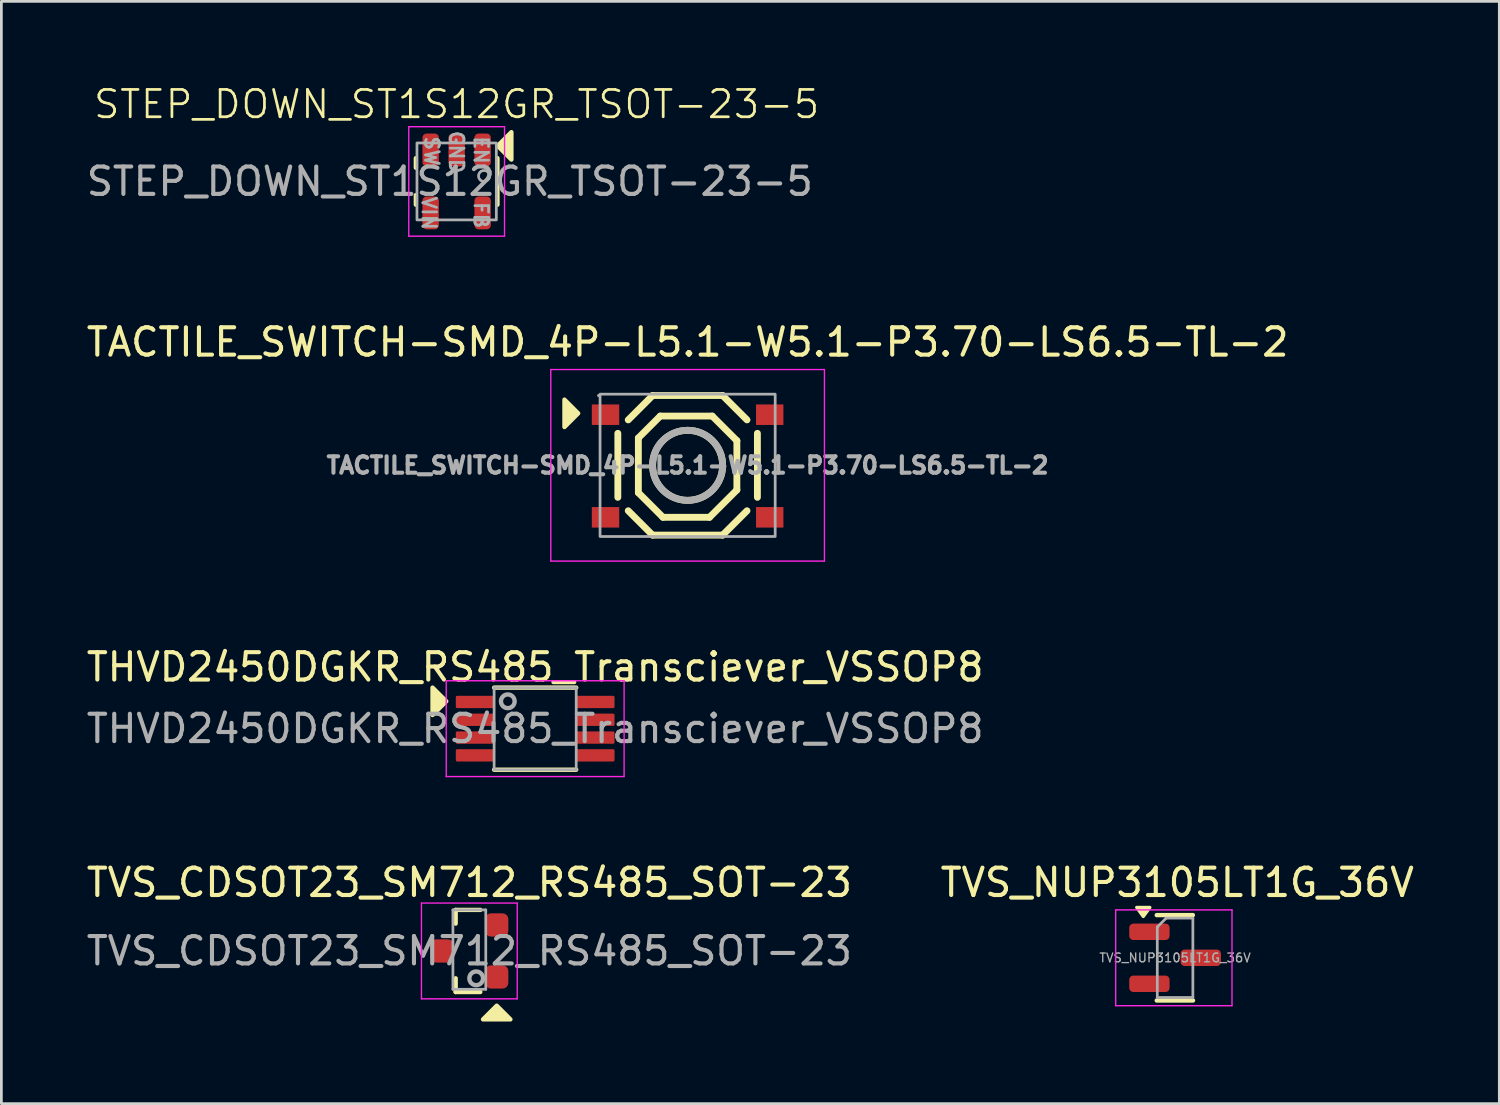
<source format=kicad_pcb>
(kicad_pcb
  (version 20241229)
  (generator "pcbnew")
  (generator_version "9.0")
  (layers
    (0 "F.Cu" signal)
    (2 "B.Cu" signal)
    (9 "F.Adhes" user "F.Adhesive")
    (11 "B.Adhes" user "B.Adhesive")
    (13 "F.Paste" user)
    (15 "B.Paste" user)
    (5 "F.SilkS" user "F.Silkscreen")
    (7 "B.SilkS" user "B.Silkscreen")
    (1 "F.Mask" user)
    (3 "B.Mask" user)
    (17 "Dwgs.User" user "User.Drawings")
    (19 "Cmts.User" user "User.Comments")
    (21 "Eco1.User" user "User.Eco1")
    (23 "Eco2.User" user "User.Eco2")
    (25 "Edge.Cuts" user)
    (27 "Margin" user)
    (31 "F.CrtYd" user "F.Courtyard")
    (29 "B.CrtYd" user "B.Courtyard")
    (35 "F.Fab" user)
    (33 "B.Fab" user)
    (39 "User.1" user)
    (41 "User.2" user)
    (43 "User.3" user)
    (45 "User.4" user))
  (footprint "STEP_DOWN_ST1S12GR_TSOT-23-5"
    (layer "F.Cu")
    (at 13.637 3.58)
    (property "Reference" "STEP_DOWN_ST1S12GR_TSOT-23-5" (at 0 -2.82 0) (unlocked yes) (layer "F.SilkS") (effects (font (size 1 1) (thickness 0.1))))
    (attr smd)
    (fp_line (start -1.49 -0.85) (end -1.49 -0.5) (stroke (width 0.16) (type default)) (layer "F.SilkS"))
    (fp_line (start -1.49 0.5) (end -1.49 0.85) (stroke (width 0.16) (type default)) (layer "F.SilkS"))
    (fp_line (start 1.49 -0.85) (end 1.49 0.85) (stroke (width 0.16) (type default)) (layer "F.SilkS"))
    (fp_poly (pts (xy 2 -0.8) (xy 1.5 -1.3) (xy 2 -1.8)) (stroke (width 0.16) (type solid)) (fill yes) (layer "F.SilkS"))
    (fp_line (start -1.75 -2) (end 1.75 -2) (stroke (width 0.05) (type default)) (layer "F.CrtYd"))
    (fp_line (start -1.75 2) (end -1.75 -2) (stroke (width 0.05) (type default)) (layer "F.CrtYd"))
    (fp_line (start 1.75 -2) (end 1.75 2) (stroke (width 0.05) (type default)) (layer "F.CrtYd"))
    (fp_line (start 1.75 2) (end -1.75 2) (stroke (width 0.05) (type default)) (layer "F.CrtYd"))
    (fp_rect (start -1.45 -1.405) (end 1.45 1.405) (stroke (width 0.1) (type default)) (fill no) (layer "F.Fab"))
    (fp_circle (center 1 -0.2) (end 1.2 -0.2) (stroke (width 0.1) (type default)) (fill no) (layer "F.Fab"))
    (fp_text user "${REFERENCE}" (at -0.25 0 0) (unlocked yes) (layer "F.Fab") (effects (font (size 1 1) (thickness 0.15))))
    (fp_text user "FB" (at 0.6 0.7 270) (unlocked yes) (layer "F.Fab") (effects (font (size 0.5 0.5) (thickness 0.1) (bold yes)) (justify left bottom)))
    (fp_text user "GND" (at -0.3 -1.9 270) (unlocked yes) (layer "F.Fab") (effects (font (size 0.5 0.5) (thickness 0.1) (bold yes)) (justify left bottom)))
    (fp_text user "VIN" (at -1.3 0.5 270) (unlocked yes) (layer "F.Fab") (effects (font (size 0.5 0.5) (thickness 0.1) (bold yes)) (justify left bottom)))
    (fp_text user "EN" (at 0.6 -1.7 270) (unlocked yes) (layer "F.Fab") (effects (font (size 0.5 0.5) (thickness 0.1) (bold yes)) (justify left bottom)))
    (fp_text user "SW" (at -1.2 -1.7 270) (unlocked yes) (layer "F.Fab") (effects (font (size 0.5 0.5) (thickness 0.1) (bold yes)) (justify left bottom)))
    (dimension (type aligned) (layer "User.1") (pts (xy 14.887 3.03) (xy 14.887 4.13)) (height -0.62) (format (prefix "") (suffix "") (units 3) (units_format 1) (precision 4)) (style (thickness 0.01) (arrow_length 0.01) (text_position_mode 2) (arrow_direction outward) (extension_height 0) (extension_offset 0) (keep_text_aligned yes)) (gr_text "1.1000 mm" (at 15.515 3.579 90) (layer "User.1") (effects (font (size 0.1 0.1) (thickness 0.15)))))
    (dimension (type aligned) (layer "User.1") (pts (xy 12.687 5.33) (xy 12.687 1.831)) (height -1.05) (format (prefix "") (suffix "") (units 3) (units_format 1) (precision 4)) (style (thickness 0.01) (arrow_length 0.01) (text_position_mode 2) (arrow_direction outward) (extension_height 0) (extension_offset 0) (keep_text_aligned yes)) (gr_text "3.5000 mm" (at 11.637 3.58 90) (layer "User.1") (effects (font (size 0.1 0.1) (thickness 0.15)))))
    (dimension (type aligned) (layer "User.1") (pts (xy 14.287 1.831) (xy 14.887 1.831)) (height -0.05) (format (prefix "") (suffix "") (units 3) (units_format 1) (precision 4)) (style (thickness 0.01) (arrow_length 0.01) (text_position_mode 2) (arrow_direction outward) (extension_height 0) (extension_offset 0) (keep_text_aligned yes)) (gr_text "0.6000 mm" (at 14.637 1.681 0) (layer "User.1") (effects (font (size 0.1 0.1) (thickness 0.15)))))
    (dimension (type aligned) (layer "User.1") (pts (xy 14.887 1.831) (xy 14.887 3.03)) (height 0.75) (format (prefix "") (suffix "") (units 3) (units_format 1) (precision 4)) (style (thickness 0.01) (arrow_length 0.01) (text_position_mode 2) (arrow_direction outward) (extension_height 0) (extension_offset 0) (keep_text_aligned yes)) (gr_text "1.2000 mm" (at 14.137 2.381 90) (layer "User.1") (effects (font (size 0.1 0.1) (thickness 0.15)))))
    (dimension (type aligned) (layer "User.1") (pts (xy 12.687 1.831) (xy 13.637 1.831)) (height -0.05) (format (prefix "") (suffix "") (units 3) (units_format 1) (precision 4)) (style (thickness 0.01) (arrow_length 0.01) (text_position_mode 2) (arrow_direction outward) (extension_height 0) (extension_offset 0) (keep_text_aligned yes)) (gr_text "0.9500 mm" (at 13.237 1.681 0) (layer "User.1") (effects (font (size 0.1 0.1) (thickness 0.15)))))
    (dimension (type aligned) (layer "User.1") (pts (xy 12.687 4.731) (xy 12.687 2.43)) (height -0.88) (format (prefix "") (suffix "") (units 3) (units_format 1) (precision 4)) (style (thickness 0.01) (arrow_length 0.01) (text_position_mode 2) (arrow_direction outward) (extension_height 0) (extension_offset 0) (keep_text_aligned yes)) (gr_text "2.3000 mm" (at 11.797 3.58 90) (layer "User.1") (effects (font (size 0.1 0.1) (thickness 0.15)))))
    (pad "1" smd roundrect (at 0.95 -1.15) (size 0.6 1.2) (layers "F.Cu" "F.Mask" "F.Paste") (roundrect_rratio 0.25))
    (pad "2" smd roundrect (at 0 -1.15) (size 0.6 1.2) (layers "F.Cu" "F.Mask" "F.Paste") (roundrect_rratio 0.25))
    (pad "3" smd roundrect (at -0.95 -1.15) (size 0.6 1.2) (layers "F.Cu" "F.Mask" "F.Paste") (roundrect_rratio 0.25))
    (pad "4" smd roundrect (at -0.95 1.15) (size 0.6 1.2) (layers "F.Cu" "F.Mask" "F.Paste") (roundrect_rratio 0.25))
    (pad "5" smd roundrect (at 0.95 1.15) (size 0.6 1.2) (layers "F.Cu" "F.Mask" "F.Paste") (roundrect_rratio 0.25)))
  (footprint "TVS_NUP3105LT1G_36V"
    (layer "F.Cu")
    (at 39.97 31.95)
    (property "Reference" "TVS_NUP3105LT1G_36V" (at 0 -2.75 0) (layer "F.SilkS") (effects (font (size 1 1) (thickness 0.15))))
    (attr smd)
    (fp_line (start -0.75 -1.56) (end 0.57 -1.56) (stroke (width 0.16) (type solid)) (layer "F.SilkS"))
    (fp_line (start -0.75 1.56) (end 0.575 1.56) (stroke (width 0.16) (type solid)) (layer "F.SilkS"))
    (fp_poly (pts (xy -1.242 -1.51) (xy -1.482 -1.84) (xy -1.002 -1.84) (xy -1.242 -1.51)) (stroke (width 0.12) (type solid)) (fill yes) (layer "F.SilkS"))
    (fp_line (start -2.25 -1.75) (end -2.25 1.75) (stroke (width 0.05) (type solid)) (layer "F.CrtYd"))
    (fp_line (start 2 -1.75) (end -2.25 -1.75) (stroke (width 0.05) (type solid)) (layer "F.CrtYd"))
    (fp_line (start 2 1.75) (end -2.25 1.75) (stroke (width 0.05) (type solid)) (layer "F.CrtYd"))
    (fp_line (start 2 1.75) (end 2 -1.75) (stroke (width 0.05) (type solid)) (layer "F.CrtYd"))
    (fp_line (start -0.73 -1.125) (end -0.405 -1.45) (stroke (width 0.1) (type solid)) (layer "F.Fab"))
    (fp_line (start -0.73 1.45) (end -0.73 -1.125) (stroke (width 0.1) (type solid)) (layer "F.Fab"))
    (fp_line (start -0.405 -1.45) (end 0.57 -1.45) (stroke (width 0.1) (type solid)) (layer "F.Fab"))
    (fp_line (start 0.57 -1.45) (end 0.57 1.45) (stroke (width 0.1) (type solid)) (layer "F.Fab"))
    (fp_line (start 0.57 1.45) (end -0.73 1.45) (stroke (width 0.1) (type solid)) (layer "F.Fab"))
    (fp_text user "${REFERENCE}" (at -0.08 0 0) (layer "F.Fab") (effects (font (size 0.32 0.32) (thickness 0.05))))
    (pad "1" smd roundrect (at -1.018 -0.95) (size 1.475 0.6) (layers "F.Cu" "F.Mask" "F.Paste") (roundrect_rratio 0.25))
    (pad "2" smd roundrect (at -1.018 0.95) (size 1.475 0.6) (layers "F.Cu" "F.Mask" "F.Paste") (roundrect_rratio 0.25))
    (pad "3" smd roundrect (at 0.858 0) (size 1.475 0.6) (layers "F.Cu" "F.Mask" "F.Paste") (roundrect_rratio 0.25)))
  (footprint "THVD2450DGKR_RS485_Transciever_VSSOP8"
    (layer "F.Cu")
    (at 16.506 23.577)
    (property "Reference" "THVD2450DGKR_RS485_Transciever_VSSOP8" (at 0 -2.25 0) (layer "F.SilkS") (effects (font (size 1 1) (thickness 0.15))))
    (attr smd)
    (fp_line (start -1.5 -1.5) (end 1.5 -1.5) (stroke (width 0.16) (type default)) (layer "F.SilkS"))
    (fp_line (start -1.5 1.5) (end 1.5 1.5) (stroke (width 0.16) (type default)) (layer "F.SilkS"))
    (fp_poly (pts (xy -3.75 -1.5) (xy -3.25 -1) (xy -3.75 -0.5)) (stroke (width 0.16) (type solid)) (fill yes) (layer "F.SilkS"))
    (fp_line (start -3.25 -1.75) (end 3.25 -1.75) (stroke (width 0.05) (type default)) (layer "F.CrtYd"))
    (fp_line (start -3.25 1.75) (end -3.25 -1.75) (stroke (width 0.05) (type default)) (layer "F.CrtYd"))
    (fp_line (start 3.25 -1.75) (end 3.25 1.75) (stroke (width 0.05) (type default)) (layer "F.CrtYd"))
    (fp_line (start 3.25 1.75) (end -3.25 1.75) (stroke (width 0.05) (type default)) (layer "F.CrtYd"))
    (fp_line (start -1.5 -1.5) (end -1.5 1.5) (stroke (width 0.1) (type default)) (layer "F.Fab"))
    (fp_line (start -1.5 1.5) (end 1.5 1.5) (stroke (width 0.1) (type default)) (layer "F.Fab"))
    (fp_line (start 1.5 -1.5) (end -1.5 -1.5) (stroke (width 0.1) (type default)) (layer "F.Fab"))
    (fp_line (start 1.5 1.5) (end 1.5 -1.5) (stroke (width 0.1) (type default)) (layer "F.Fab"))
    (fp_circle (center -1 -1) (end -0.75 -1) (stroke (width 0.16) (type solid)) (fill no) (layer "F.Fab"))
    (fp_text user "${REFERENCE}" (at 0 0 0) (layer "F.Fab") (effects (font (size 1 1) (thickness 0.15))))
    (dimension (type aligned) (layer "User.1") (pts (xy 13.606 22.445) (xy 15.006 22.445)) (height -0.268) (format (prefix "") (suffix "") (units 3) (units_format 1) (precision 3) (suppress_zeroes yes)) (style (thickness 0.01) (arrow_length 0.01) (text_position_mode 2) (arrow_direction outward) (extension_height 0) (extension_offset 0) (keep_text_aligned yes)) (gr_text "1.4 mm" (at 14.256 22.127 0) (layer "User.1") (effects (font (size 0.1 0.1) (thickness 0.15)))))
    (dimension (type aligned) (layer "User.1") (pts (xy 14.274 23.227) (xy 14.274 22.577)) (height -0.768) (format (prefix "") (suffix "") (units 3) (units_format 1) (precision 3) (suppress_zeroes yes)) (style (thickness 0.01) (arrow_length 0.01) (text_position_mode 2) (arrow_direction outward) (extension_height 0) (extension_offset 0) (keep_text_aligned yes)) (gr_text "0.65 mm" (at 13.456 22.877 90) (layer "User.1") (effects (font (size 0.1 0.1) (thickness 0.15)))))
    (dimension (type aligned) (layer "User.1") (pts (xy 14.306 23.277) (xy 18.706 23.277)) (height -0.268) (format (prefix "") (suffix "") (units 3) (units_format 1) (precision 3) (suppress_zeroes yes)) (style (thickness 0.01) (arrow_length 0.01) (text_position_mode 2) (arrow_direction outward) (extension_height 0) (extension_offset 0) (keep_text_aligned yes)) (gr_text "4.4 mm" (at 16.506 22.959 0) (layer "User.1") (effects (font (size 0.1 0.1) (thickness 0.15)))))
    (pad "1" smd roundrect (at -2.2 -0.975) (size 1.4 0.45) (layers "F.Cu" "F.Mask" "F.Paste") (roundrect_rratio 0.111))
    (pad "2" smd roundrect (at -2.2 -0.325) (size 1.4 0.45) (layers "F.Cu" "F.Mask" "F.Paste") (roundrect_rratio 0.111))
    (pad "3" smd roundrect (at -2.2 0.325) (size 1.4 0.45) (layers "F.Cu" "F.Mask" "F.Paste") (roundrect_rratio 0.111))
    (pad "4" smd roundrect (at -2.2 0.975) (size 1.4 0.45) (layers "F.Cu" "F.Mask" "F.Paste") (roundrect_rratio 0.111))
    (pad "5" smd roundrect (at 2.2 0.975) (size 1.4 0.45) (layers "F.Cu" "F.Mask" "F.Paste") (roundrect_rratio 0.111))
    (pad "6" smd roundrect (at 2.2 0.325) (size 1.4 0.45) (layers "F.Cu" "F.Mask" "F.Paste") (roundrect_rratio 0.111))
    (pad "7" smd roundrect (at 2.2 -0.325) (size 1.4 0.45) (layers "F.Cu" "F.Mask" "F.Paste") (roundrect_rratio 0.111))
    (pad "8" smd roundrect (at 2.2 -0.975) (size 1.4 0.45) (layers "F.Cu" "F.Mask" "F.Paste") (roundrect_rratio 0.111)))
  (footprint "TACTILE_SWITCH-SMD_4P-L5.1-W5.1-P3.70-LS6.5-TL-2"
    (layer "F.Cu")
    (at 22.077 13.954)
    (property "Reference" "TACTILE_SWITCH-SMD_4P-L5.1-W5.1-P3.70-LS6.5-TL-2" (at 0 -4.5 0) (layer "F.SilkS") (effects (font (size 1 1) (thickness 0.15))))
    (attr smd)
    (fp_line (start -2.55 -1.17) (end -2.55 1.17) (stroke (width 0.25) (type solid)) (layer "F.SilkS"))
    (fp_line (start -2.17 1.66) (end -1.28 2.55) (stroke (width 0.25) (type solid)) (layer "F.SilkS"))
    (fp_line (start -1.8 -1) (end -1 -1.8) (stroke (width 0.25) (type solid)) (layer "F.SilkS"))
    (fp_line (start -1.8 1) (end -1.8 -1) (stroke (width 0.25) (type solid)) (layer "F.SilkS"))
    (fp_line (start -1.28 -2.55) (end -2.17 -1.66) (stroke (width 0.25) (type solid)) (layer "F.SilkS"))
    (fp_line (start -1.28 -2.55) (end 1.28 -2.55) (stroke (width 0.25) (type solid)) (layer "F.SilkS"))
    (fp_line (start -1.28 2.55) (end 1.28 2.55) (stroke (width 0.25) (type solid)) (layer "F.SilkS"))
    (fp_line (start -1 -1.8) (end 0.9 -1.8) (stroke (width 0.25) (type solid)) (layer "F.SilkS"))
    (fp_line (start -0.9 1.9) (end -1.8 1) (stroke (width 0.25) (type solid)) (layer "F.SilkS"))
    (fp_line (start 0.8 1.9) (end -0.9 1.9) (stroke (width 0.25) (type solid)) (layer "F.SilkS"))
    (fp_line (start 0.9 -1.8) (end 1.8 -0.9) (stroke (width 0.25) (type solid)) (layer "F.SilkS"))
    (fp_line (start 1.28 -2.55) (end 2.17 -1.66) (stroke (width 0.25) (type solid)) (layer "F.SilkS"))
    (fp_line (start 1.8 -0.9) (end 1.8 0.9) (stroke (width 0.25) (type solid)) (layer "F.SilkS"))
    (fp_line (start 1.8 0.9) (end 0.8 1.9) (stroke (width 0.25) (type solid)) (layer "F.SilkS"))
    (fp_line (start 2.17 1.66) (end 1.28 2.55) (stroke (width 0.25) (type solid)) (layer "F.SilkS"))
    (fp_line (start 2.55 -1.17) (end 2.55 1.17) (stroke (width 0.25) (type solid)) (layer "F.SilkS"))
    (fp_circle (center 0 0) (end 1.28 0) (stroke (width 0.25) (type solid)) (fill no) (layer "F.SilkS"))
    (fp_poly (pts (xy -4.5 -2.4) (xy -4 -1.9) (xy -4.5 -1.4)) (stroke (width 0.16) (type solid)) (fill yes) (layer "F.SilkS"))
    (fp_line (start -5 -3.5) (end 5 -3.5) (stroke (width 0.05) (type default)) (layer "F.CrtYd"))
    (fp_line (start -5 3.5) (end -5 -3.5) (stroke (width 0.05) (type default)) (layer "F.CrtYd"))
    (fp_line (start 5 -3.5) (end 5 3.5) (stroke (width 0.05) (type default)) (layer "F.CrtYd"))
    (fp_line (start 5 3.5) (end -5 3.5) (stroke (width 0.05) (type default)) (layer "F.CrtYd"))
    (fp_rect (start -3.2 -2.6) (end 3.2 2.6) (stroke (width 0.1) (type default)) (fill no) (layer "F.Fab"))
    (fp_circle (center -3.25 -2.55) (end -3.22 -2.55) (stroke (width 0.06) (type solid)) (fill no) (layer "F.Fab"))
    (fp_circle (center 0 0) (end 1.28 0) (stroke (width 0.25) (type solid)) (fill no) (layer "F.Fab"))
    (fp_text user "${REFERENCE}" (at 0 0 0) (layer "F.Fab") (effects (font (size 0.6 0.6) (thickness 0.15))))
    (dimension (type aligned) (layer "User.1") (pts (xy 18.577 11.729) (xy 25.577 11.729)) (height -0.95) (format (prefix "") (suffix "") (units 3) (units_format 1) (precision 4)) (style (thickness 0.01) (arrow_length 0.01) (text_position_mode 2) (arrow_direction outward) (extension_height 0) (extension_offset 0) (keep_text_aligned yes)) (gr_text "7.0000 mm" (at 22.077 10.754 0) (layer "User.1") (effects (font (size 0.1 0.1) (thickness 0.15)))))
    (dimension (type aligned) (layer "User.1") (pts (xy 18.577 11.729) (xy 19.577 11.729)) (height -0.05) (format (prefix "") (suffix "") (units 3) (units_format 1) (precision 4)) (style (thickness 0.01) (arrow_length 0.01) (text_position_mode 2) (arrow_direction outward) (extension_height 0) (extension_offset 0) (keep_text_aligned yes)) (gr_text "1.0000 mm" (at 19.077 11.654 0) (layer "User.1") (effects (font (size 0.1 0.1) (thickness 0.15)))))
    (dimension (type aligned) (layer "User.1") (pts (xy 19.577 12.104) (xy 24.577 12.104)) (height -0.95) (format (prefix "") (suffix "") (units 3) (units_format 1) (precision 4)) (style (thickness 0.01) (arrow_length 0.01) (text_position_mode 2) (arrow_direction outward) (extension_height 0) (extension_offset 0) (keep_text_aligned yes)) (gr_text "5.0000 mm" (at 22.077 11.154 0) (layer "User.1") (effects (font (size 0.1 0.1) (thickness 0.15)))))
    (dimension (type aligned) (layer "User.1") (pts (xy 25.577 11.729) (xy 25.577 16.229)) (height -0.95) (format (prefix "") (suffix "") (units 3) (units_format 1) (precision 4)) (style (thickness 0.01) (arrow_length 0.01) (text_position_mode 2) (arrow_direction outward) (extension_height 0) (extension_offset 0) (keep_text_aligned yes)) (gr_text "4.5000 mm" (at 26.577 13.854 90) (layer "User.1") (effects (font (size 0.1 0.1) (thickness 0.15)))))
    (dimension (type aligned) (layer "User.1") (pts (xy 25.577 12.479) (xy 25.577 15.479)) (height -0.4) (format (prefix "") (suffix "") (units 3) (units_format 1) (precision 4)) (style (thickness 0.01) (arrow_length 0.01) (text_position_mode 2) (arrow_direction outward) (extension_height 0) (extension_offset 0) (keep_text_aligned yes)) (gr_text "3.0000 mm" (at 25.977 13.954 90) (layer "User.1") (effects (font (size 0.1 0.1) (thickness 0.15)))))
    (dimension (type aligned) (layer "User.1") (pts (xy 18.577 12.479) (xy 18.577 11.729)) (height -0.05) (format (prefix "") (suffix "") (units 3) (units_format 1) (precision 4)) (style (thickness 0.01) (arrow_length 0.01) (text_position_mode 2) (arrow_direction outward) (extension_height 0) (extension_offset 0) (keep_text_aligned yes)) (gr_text "0.7500 mm" (at 18.477 12.054 90) (layer "User.1") (effects (font (size 0.1 0.1) (thickness 0.15)))))
    (pad "1" smd rect (at -3 -1.85) (size 1 0.75) (layers "F.Cu" "F.Mask" "F.Paste"))
    (pad "1" smd rect (at 3 -1.85) (size 1 0.75) (layers "F.Cu" "F.Mask" "F.Paste"))
    (pad "2" smd rect (at -3 1.9) (size 1 0.75) (layers "F.Cu" "F.Mask" "F.Paste"))
    (pad "2" smd rect (at 3 1.9) (size 1 0.75) (layers "F.Cu" "F.Mask" "F.Paste")))
  (footprint "TVS_CDSOT23_SM712_RS485_SOT-23"
    (layer "F.Cu")
    (at 14.101 31.7)
    (property "Reference" "TVS_CDSOT23_SM712_RS485_SOT-23" (at 0 -2.5 0) (layer "F.SilkS") (effects (font (size 1 1) (thickness 0.15))))
    (attr smd)
    (fp_line (start -0.5 -1.5) (end -0.5 -1) (stroke (width 0.16) (type default)) (layer "F.SilkS"))
    (fp_line (start -0.5 1.5) (end -0.5 1) (stroke (width 0.16) (type default)) (layer "F.SilkS"))
    (fp_line (start 0.4 -1.5) (end -0.5 -1.5) (stroke (width 0.16) (type default)) (layer "F.SilkS"))
    (fp_line (start 0.4 1.5) (end -0.5 1.5) (stroke (width 0.16) (type default)) (layer "F.SilkS"))
    (fp_poly (pts (xy 0.5 2.5) (xy 1 2) (xy 1.5 2.5)) (stroke (width 0.16) (type solid)) (fill yes) (layer "F.SilkS"))
    (fp_line (start -1.75 -1.75) (end 1.75 -1.75) (stroke (width 0.05) (type default)) (layer "F.CrtYd"))
    (fp_line (start -1.75 1.75) (end -1.75 -1.75) (stroke (width 0.05) (type default)) (layer "F.CrtYd"))
    (fp_line (start 1.75 -1.75) (end 1.75 1.75) (stroke (width 0.05) (type default)) (layer "F.CrtYd"))
    (fp_line (start 1.75 1.75) (end -1.75 1.75) (stroke (width 0.05) (type default)) (layer "F.CrtYd"))
    (fp_line (start -0.6 -1.5) (end 0.6 -1.5) (stroke (width 0.1) (type default)) (layer "F.Fab"))
    (fp_line (start -0.6 1.4) (end -0.6 -1.5) (stroke (width 0.1) (type default)) (layer "F.Fab"))
    (fp_line (start -0.6 1.4) (end 0.6 1.4) (stroke (width 0.1) (type default)) (layer "F.Fab"))
    (fp_line (start 0.6 1.4) (end 0.6 -1.5) (stroke (width 0.1) (type default)) (layer "F.Fab"))
    (fp_circle (center 0.25 1) (end 0.5 1) (stroke (width 0.16) (type solid)) (fill no) (layer "F.Fab"))
    (fp_text user "${REFERENCE}" (at 0 0 0) (layer "F.Fab") (effects (font (size 1 1) (thickness 0.15))))
    (pad "1" smd roundrect (at 1 0.95 90) (size 0.85 0.85) (layers "F.Cu" "F.Mask" "F.Paste") (roundrect_rratio 0.25))
    (pad "2" smd roundrect (at 1 -0.95 90) (size 0.85 0.85) (layers "F.Cu" "F.Mask" "F.Paste") (roundrect_rratio 0.25))
    (pad "3" smd roundrect (at -1 0 90) (size 0.85 0.85) (layers "F.Cu" "F.Mask" "F.Paste") (roundrect_rratio 0.25)))
  (gr_rect
    (start -3 -3)
    (end 51.738 37.28)
    (stroke (width 0.1) (type default))
    (fill no)
    (layer "Edge.Cuts")))
</source>
